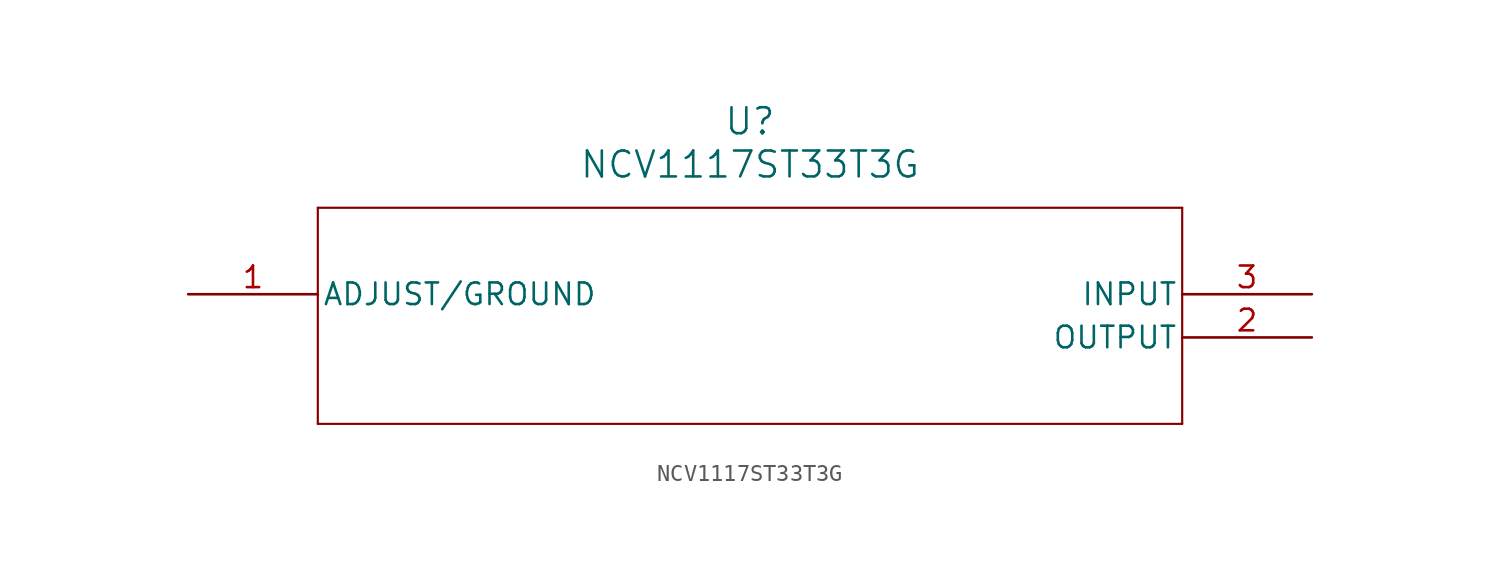
<source format=kicad_sym>
(kicad_symbol_lib
  (version 20211014)
  (generator kicad_symbol_editor)
  (symbol "NCV1117ST33T3G"
    (pin_names
      (offset 0.254))
    (property "Reference" "U"
      (at 33.02 10.16 0)
      (effects (font (size 1.524 1.524))))
    (property "Value" "NCV1117ST33T3G"
      (at 33.02 7.62 0)
      (effects (font (size 1.524 1.524))))
    (symbol "NCV1117ST33T3G_0_1"
      (polyline (pts (xy 7.62 5.08) (xy 7.62 -7.62)) (stroke (width 0.127) (type default) (color 0 0 0 0)) (fill (type none)))
      (polyline (pts (xy 7.62 -7.62) (xy 58.42 -7.62)) (stroke (width 0.127) (type default) (color 0 0 0 0)) (fill (type none)))
      (polyline (pts (xy 58.42 -7.62) (xy 58.42 5.08)) (stroke (width 0.127) (type default) (color 0 0 0 0)) (fill (type none)))
      (polyline (pts (xy 58.42 5.08) (xy 7.62 5.08)) (stroke (width 0.127) (type default) (color 0 0 0 0)) (fill (type none)))
      (pin bidirectional line (at 0 0 0) (length 7.62) (name "ADJUST/GROUND" (effects (font (size 1.27 1.27)))) (number "1" (effects (font (size 1.27 1.27)))))
      (pin output line (at 66.04 -2.54 180) (length 7.62) (name "OUTPUT" (effects (font (size 1.27 1.27)))) (number "2" (effects (font (size 1.27 1.27)))))
      (pin input line (at 66.04 0 180) (length 7.62) (name "INPUT" (effects (font (size 1.27 1.27)))) (number "3" (effects (font (size 1.27 1.27))))))))
</source>
